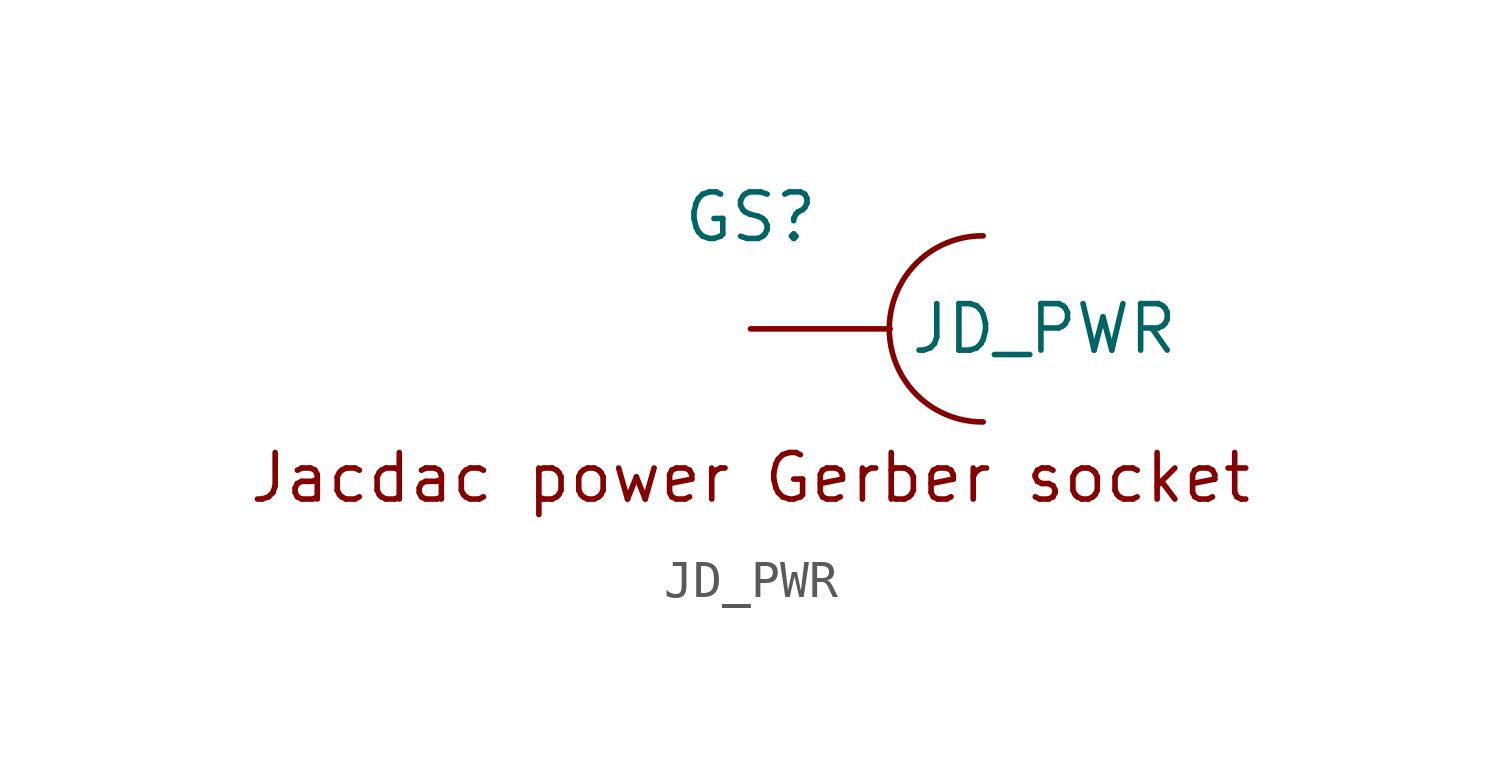
<source format=kicad_sym>
(kicad_symbol_lib
  (version 20241209)
  (generator "kicad_symbol_editor")
  (generator_version "9.0")
  (symbol "JD_PWR"
    (pin_numbers
      (hide yes))
    (property "Reference" "GS"
      (at 0 3.048 0)
      (effects (font (size 1.27 1.27))))
    (symbol "JD_PWR_0_1"
      (arc (start 6.35 -2.54) (mid 3.7874 0) (end 6.35 2.54) (stroke (width 0) (type default)) (fill (type none))))
    (symbol "JD_PWR_1_1"
      (text "Jacdac power Gerber socket" (at 0 -4.064 0) (effects (font (size 1.27 1.27))))
      (pin bidirectional line (at 0 0 0) (length 3.81) (name "JD_PWR" (effects (font (size 1.27 1.27)))) (number "1" (effects (font (size 1.27 1.27))))))))
</source>
